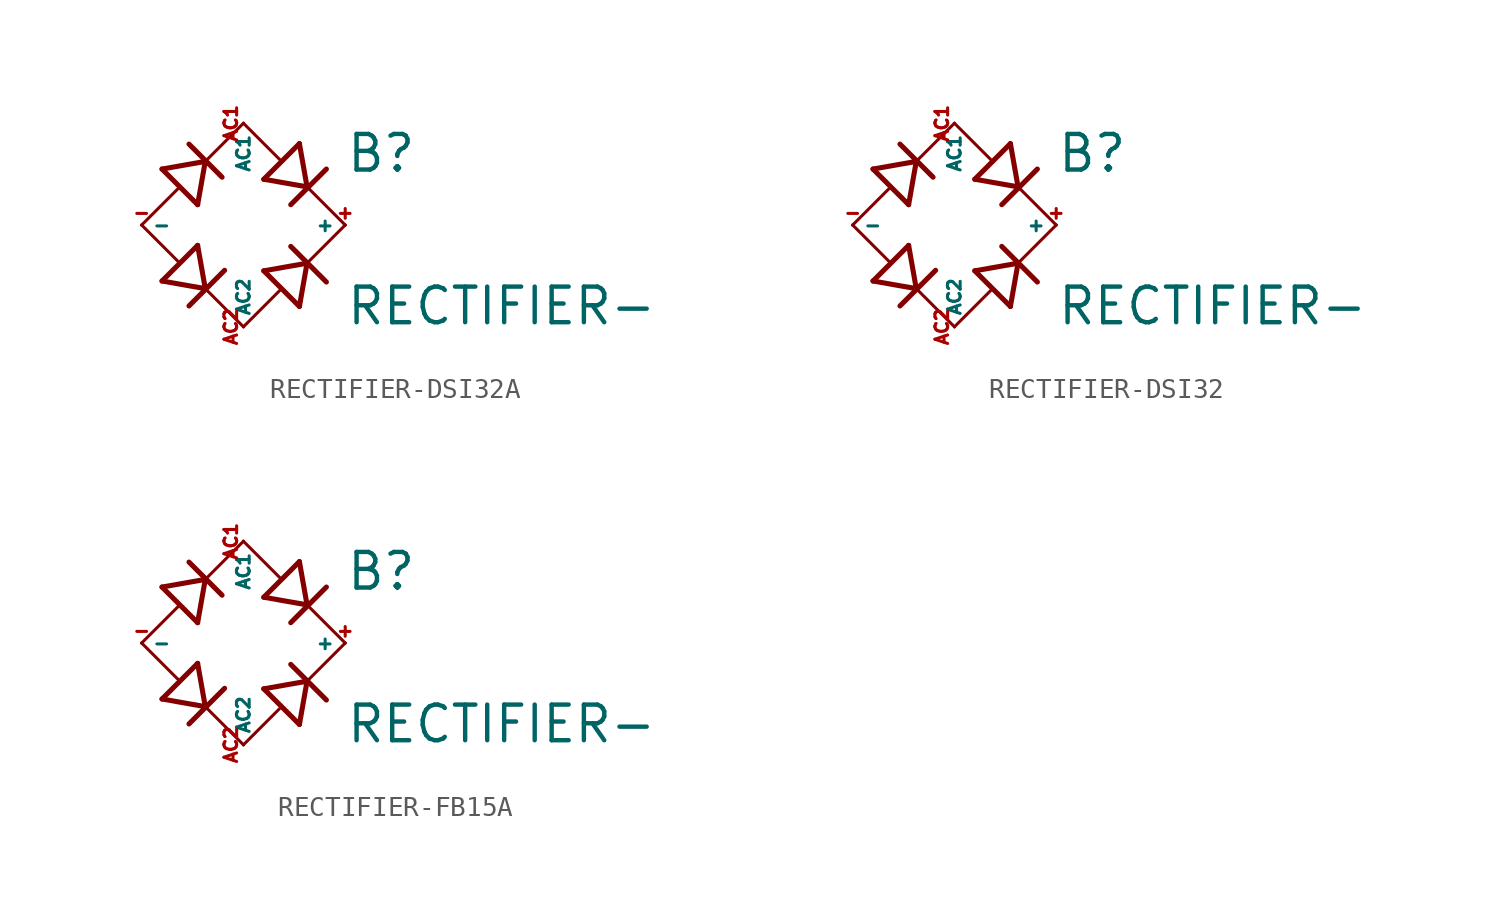
<source format=kicad_sym>
(kicad_symbol_lib
  (version 20220914)
  (generator Eagle2Kicad)
  (symbol "RECTIFIER-DSI32A"
    (property "Reference" "B"
      (at 5.08 2.54 0)
      (effects (font (size 1.778 1.778) (thickness 0.22)) (justify left bottom)))
    (property "Value" "RECTIFIER-"
      (at 5.08 -5.08 0)
      (effects (font (size 1.778 1.778) (thickness 0.22)) (justify left bottom)))
    (polyline
      (pts (xy -1.905 -3.175) (xy -4.064 -2.794))
      (stroke (width 0.254) (type default))
      (fill (type none)))
    (polyline
      (pts (xy -1.905 -3.175) (xy -2.286 -1.016))
      (stroke (width 0.254) (type default))
      (fill (type none)))
    (polyline
      (pts (xy -2.718 -4.039) (xy -0.94 -2.261))
      (stroke (width 0.254) (type default))
      (fill (type none)))
    (polyline
      (pts (xy -1.905 3.175) (xy -4.064 2.794))
      (stroke (width 0.254) (type default))
      (fill (type none)))
    (polyline
      (pts (xy -1.905 3.175) (xy -2.286 1.016))
      (stroke (width 0.254) (type default))
      (fill (type none)))
    (polyline
      (pts (xy -2.718 4.039) (xy -1.067 2.388))
      (stroke (width 0.254) (type default))
      (fill (type none)))
    (polyline
      (pts (xy 3.175 1.905) (xy 2.794 4.064))
      (stroke (width 0.254) (type default))
      (fill (type none)))
    (polyline
      (pts (xy 3.175 1.905) (xy 1.016 2.286))
      (stroke (width 0.254) (type default))
      (fill (type none)))
    (polyline
      (pts (xy 2.362 1.016) (xy 4.14 2.794))
      (stroke (width 0.254) (type default))
      (fill (type none)))
    (polyline
      (pts (xy 3.175 -1.905) (xy 2.794 -4.064))
      (stroke (width 0.254) (type default))
      (fill (type none)))
    (polyline
      (pts (xy 3.175 -1.905) (xy 1.016 -2.286))
      (stroke (width 0.254) (type default))
      (fill (type none)))
    (polyline
      (pts (xy 2.362 -1.067) (xy 4.14 -2.845))
      (stroke (width 0.254) (type default))
      (fill (type none)))
    (polyline
      (pts (xy 5.08 0) (xy 3.175 -1.905))
      (stroke (width 0.152) (type default))
      (fill (type none)))
    (polyline
      (pts (xy 0 -5.08) (xy -1.905 -3.175))
      (stroke (width 0.152) (type default))
      (fill (type none)))
    (polyline
      (pts (xy -3.277 -1.803) (xy -5.08 0))
      (stroke (width 0.152) (type default))
      (fill (type none)))
    (polyline
      (pts (xy -4.064 -2.794) (xy -2.286 -1.016))
      (stroke (width 0.254) (type default))
      (fill (type none)))
    (polyline
      (pts (xy -5.08 0) (xy -3.277 1.803))
      (stroke (width 0.152) (type default))
      (fill (type none)))
    (polyline
      (pts (xy -4.064 2.794) (xy -2.286 1.016))
      (stroke (width 0.254) (type default))
      (fill (type none)))
    (polyline
      (pts (xy -1.905 3.175) (xy 0 5.08))
      (stroke (width 0.152) (type default))
      (fill (type none)))
    (polyline
      (pts (xy 0 5.08) (xy 1.803 3.277))
      (stroke (width 0.152) (type default))
      (fill (type none)))
    (polyline
      (pts (xy 1.016 2.286) (xy 2.794 4.064))
      (stroke (width 0.254) (type default))
      (fill (type none)))
    (polyline
      (pts (xy 3.175 1.905) (xy 5.08 0))
      (stroke (width 0.152) (type default))
      (fill (type none)))
    (polyline
      (pts (xy 0 -5.08) (xy 1.803 -3.277))
      (stroke (width 0.152) (type default))
      (fill (type none)))
    (polyline
      (pts (xy 1.016 -2.286) (xy 2.794 -4.064))
      (stroke (width 0.254) (type default))
      (fill (type none)))
    (pin passive line
      (at 0 5.08 270)
      (length 0)
      (name "AC1" (effects (font (size 0.635 0.635) (thickness 0.08)) (justify left bottom)))
      (number "AC1" (effects (font (size 0.635 0.635) (thickness 0.08)) (justify left bottom))))
    (pin passive line
      (at 5.08 0 180)
      (length 0)
      (name "+" (effects (font (size 0.635 0.635) (thickness 0.08)) (justify left bottom)))
      (number "+" (effects (font (size 0.635 0.635) (thickness 0.08)) (justify left bottom))))
    (pin passive line
      (at 0 -5.08 90)
      (length 0)
      (name "AC2" (effects (font (size 0.635 0.635) (thickness 0.08)) (justify left bottom)))
      (number "AC2" (effects (font (size 0.635 0.635) (thickness 0.08)) (justify left bottom))))
    (pin passive line
      (at -5.08 0 0)
      (length 0)
      (name "-" (effects (font (size 0.635 0.635) (thickness 0.08)) (justify left bottom)))
      (number "-" (effects (font (size 0.635 0.635) (thickness 0.08)) (justify left bottom)))))
  (symbol "RECTIFIER-DSI32"
    (property "Reference" "B"
      (at 5.08 2.54 0)
      (effects (font (size 1.778 1.778) (thickness 0.22)) (justify left bottom)))
    (property "Value" "RECTIFIER-"
      (at 5.08 -5.08 0)
      (effects (font (size 1.778 1.778) (thickness 0.22)) (justify left bottom)))
    (polyline
      (pts (xy -1.905 -3.175) (xy -4.064 -2.794))
      (stroke (width 0.254) (type default))
      (fill (type none)))
    (polyline
      (pts (xy -1.905 -3.175) (xy -2.286 -1.016))
      (stroke (width 0.254) (type default))
      (fill (type none)))
    (polyline
      (pts (xy -2.718 -4.039) (xy -0.94 -2.261))
      (stroke (width 0.254) (type default))
      (fill (type none)))
    (polyline
      (pts (xy -1.905 3.175) (xy -4.064 2.794))
      (stroke (width 0.254) (type default))
      (fill (type none)))
    (polyline
      (pts (xy -1.905 3.175) (xy -2.286 1.016))
      (stroke (width 0.254) (type default))
      (fill (type none)))
    (polyline
      (pts (xy -2.718 4.039) (xy -1.067 2.388))
      (stroke (width 0.254) (type default))
      (fill (type none)))
    (polyline
      (pts (xy 3.175 1.905) (xy 2.794 4.064))
      (stroke (width 0.254) (type default))
      (fill (type none)))
    (polyline
      (pts (xy 3.175 1.905) (xy 1.016 2.286))
      (stroke (width 0.254) (type default))
      (fill (type none)))
    (polyline
      (pts (xy 2.362 1.016) (xy 4.14 2.794))
      (stroke (width 0.254) (type default))
      (fill (type none)))
    (polyline
      (pts (xy 3.175 -1.905) (xy 2.794 -4.064))
      (stroke (width 0.254) (type default))
      (fill (type none)))
    (polyline
      (pts (xy 3.175 -1.905) (xy 1.016 -2.286))
      (stroke (width 0.254) (type default))
      (fill (type none)))
    (polyline
      (pts (xy 2.362 -1.067) (xy 4.14 -2.845))
      (stroke (width 0.254) (type default))
      (fill (type none)))
    (polyline
      (pts (xy 5.08 0) (xy 3.175 -1.905))
      (stroke (width 0.152) (type default))
      (fill (type none)))
    (polyline
      (pts (xy 0 -5.08) (xy -1.905 -3.175))
      (stroke (width 0.152) (type default))
      (fill (type none)))
    (polyline
      (pts (xy -3.277 -1.803) (xy -5.08 0))
      (stroke (width 0.152) (type default))
      (fill (type none)))
    (polyline
      (pts (xy -4.064 -2.794) (xy -2.286 -1.016))
      (stroke (width 0.254) (type default))
      (fill (type none)))
    (polyline
      (pts (xy -5.08 0) (xy -3.277 1.803))
      (stroke (width 0.152) (type default))
      (fill (type none)))
    (polyline
      (pts (xy -4.064 2.794) (xy -2.286 1.016))
      (stroke (width 0.254) (type default))
      (fill (type none)))
    (polyline
      (pts (xy -1.905 3.175) (xy 0 5.08))
      (stroke (width 0.152) (type default))
      (fill (type none)))
    (polyline
      (pts (xy 0 5.08) (xy 1.803 3.277))
      (stroke (width 0.152) (type default))
      (fill (type none)))
    (polyline
      (pts (xy 1.016 2.286) (xy 2.794 4.064))
      (stroke (width 0.254) (type default))
      (fill (type none)))
    (polyline
      (pts (xy 3.175 1.905) (xy 5.08 0))
      (stroke (width 0.152) (type default))
      (fill (type none)))
    (polyline
      (pts (xy 0 -5.08) (xy 1.803 -3.277))
      (stroke (width 0.152) (type default))
      (fill (type none)))
    (polyline
      (pts (xy 1.016 -2.286) (xy 2.794 -4.064))
      (stroke (width 0.254) (type default))
      (fill (type none)))
    (pin passive line
      (at 0 5.08 270)
      (length 0)
      (name "AC1" (effects (font (size 0.635 0.635) (thickness 0.08)) (justify left bottom)))
      (number "AC1" (effects (font (size 0.635 0.635) (thickness 0.08)) (justify left bottom))))
    (pin passive line
      (at 5.08 0 180)
      (length 0)
      (name "+" (effects (font (size 0.635 0.635) (thickness 0.08)) (justify left bottom)))
      (number "+" (effects (font (size 0.635 0.635) (thickness 0.08)) (justify left bottom))))
    (pin passive line
      (at 0 -5.08 90)
      (length 0)
      (name "AC2" (effects (font (size 0.635 0.635) (thickness 0.08)) (justify left bottom)))
      (number "AC2" (effects (font (size 0.635 0.635) (thickness 0.08)) (justify left bottom))))
    (pin passive line
      (at -5.08 0 0)
      (length 0)
      (name "-" (effects (font (size 0.635 0.635) (thickness 0.08)) (justify left bottom)))
      (number "-" (effects (font (size 0.635 0.635) (thickness 0.08)) (justify left bottom)))))
  (symbol "RECTIFIER-FB15A"
    (property "Reference" "B"
      (at 5.08 2.54 0)
      (effects (font (size 1.778 1.778) (thickness 0.22)) (justify left bottom)))
    (property "Value" "RECTIFIER-"
      (at 5.08 -5.08 0)
      (effects (font (size 1.778 1.778) (thickness 0.22)) (justify left bottom)))
    (polyline
      (pts (xy -1.905 -3.175) (xy -4.064 -2.794))
      (stroke (width 0.254) (type default))
      (fill (type none)))
    (polyline
      (pts (xy -1.905 -3.175) (xy -2.286 -1.016))
      (stroke (width 0.254) (type default))
      (fill (type none)))
    (polyline
      (pts (xy -2.718 -4.039) (xy -0.94 -2.261))
      (stroke (width 0.254) (type default))
      (fill (type none)))
    (polyline
      (pts (xy -1.905 3.175) (xy -4.064 2.794))
      (stroke (width 0.254) (type default))
      (fill (type none)))
    (polyline
      (pts (xy -1.905 3.175) (xy -2.286 1.016))
      (stroke (width 0.254) (type default))
      (fill (type none)))
    (polyline
      (pts (xy -2.718 4.039) (xy -1.067 2.388))
      (stroke (width 0.254) (type default))
      (fill (type none)))
    (polyline
      (pts (xy 3.175 1.905) (xy 2.794 4.064))
      (stroke (width 0.254) (type default))
      (fill (type none)))
    (polyline
      (pts (xy 3.175 1.905) (xy 1.016 2.286))
      (stroke (width 0.254) (type default))
      (fill (type none)))
    (polyline
      (pts (xy 2.362 1.016) (xy 4.14 2.794))
      (stroke (width 0.254) (type default))
      (fill (type none)))
    (polyline
      (pts (xy 3.175 -1.905) (xy 2.794 -4.064))
      (stroke (width 0.254) (type default))
      (fill (type none)))
    (polyline
      (pts (xy 3.175 -1.905) (xy 1.016 -2.286))
      (stroke (width 0.254) (type default))
      (fill (type none)))
    (polyline
      (pts (xy 2.362 -1.067) (xy 4.14 -2.845))
      (stroke (width 0.254) (type default))
      (fill (type none)))
    (polyline
      (pts (xy 5.08 0) (xy 3.175 -1.905))
      (stroke (width 0.152) (type default))
      (fill (type none)))
    (polyline
      (pts (xy 0 -5.08) (xy -1.905 -3.175))
      (stroke (width 0.152) (type default))
      (fill (type none)))
    (polyline
      (pts (xy -3.277 -1.803) (xy -5.08 0))
      (stroke (width 0.152) (type default))
      (fill (type none)))
    (polyline
      (pts (xy -4.064 -2.794) (xy -2.286 -1.016))
      (stroke (width 0.254) (type default))
      (fill (type none)))
    (polyline
      (pts (xy -5.08 0) (xy -3.277 1.803))
      (stroke (width 0.152) (type default))
      (fill (type none)))
    (polyline
      (pts (xy -4.064 2.794) (xy -2.286 1.016))
      (stroke (width 0.254) (type default))
      (fill (type none)))
    (polyline
      (pts (xy -1.905 3.175) (xy 0 5.08))
      (stroke (width 0.152) (type default))
      (fill (type none)))
    (polyline
      (pts (xy 0 5.08) (xy 1.803 3.277))
      (stroke (width 0.152) (type default))
      (fill (type none)))
    (polyline
      (pts (xy 1.016 2.286) (xy 2.794 4.064))
      (stroke (width 0.254) (type default))
      (fill (type none)))
    (polyline
      (pts (xy 3.175 1.905) (xy 5.08 0))
      (stroke (width 0.152) (type default))
      (fill (type none)))
    (polyline
      (pts (xy 0 -5.08) (xy 1.803 -3.277))
      (stroke (width 0.152) (type default))
      (fill (type none)))
    (polyline
      (pts (xy 1.016 -2.286) (xy 2.794 -4.064))
      (stroke (width 0.254) (type default))
      (fill (type none)))
    (pin passive line
      (at 0 5.08 270)
      (length 0)
      (name "AC1" (effects (font (size 0.635 0.635) (thickness 0.08)) (justify left bottom)))
      (number "AC1" (effects (font (size 0.635 0.635) (thickness 0.08)) (justify left bottom))))
    (pin passive line
      (at 5.08 0 180)
      (length 0)
      (name "+" (effects (font (size 0.635 0.635) (thickness 0.08)) (justify left bottom)))
      (number "+" (effects (font (size 0.635 0.635) (thickness 0.08)) (justify left bottom))))
    (pin passive line
      (at 0 -5.08 90)
      (length 0)
      (name "AC2" (effects (font (size 0.635 0.635) (thickness 0.08)) (justify left bottom)))
      (number "AC2" (effects (font (size 0.635 0.635) (thickness 0.08)) (justify left bottom))))
    (pin passive line
      (at -5.08 0 0)
      (length 0)
      (name "-" (effects (font (size 0.635 0.635) (thickness 0.08)) (justify left bottom)))
      (number "-" (effects (font (size 0.635 0.635) (thickness 0.08)) (justify left bottom))))))
</source>
